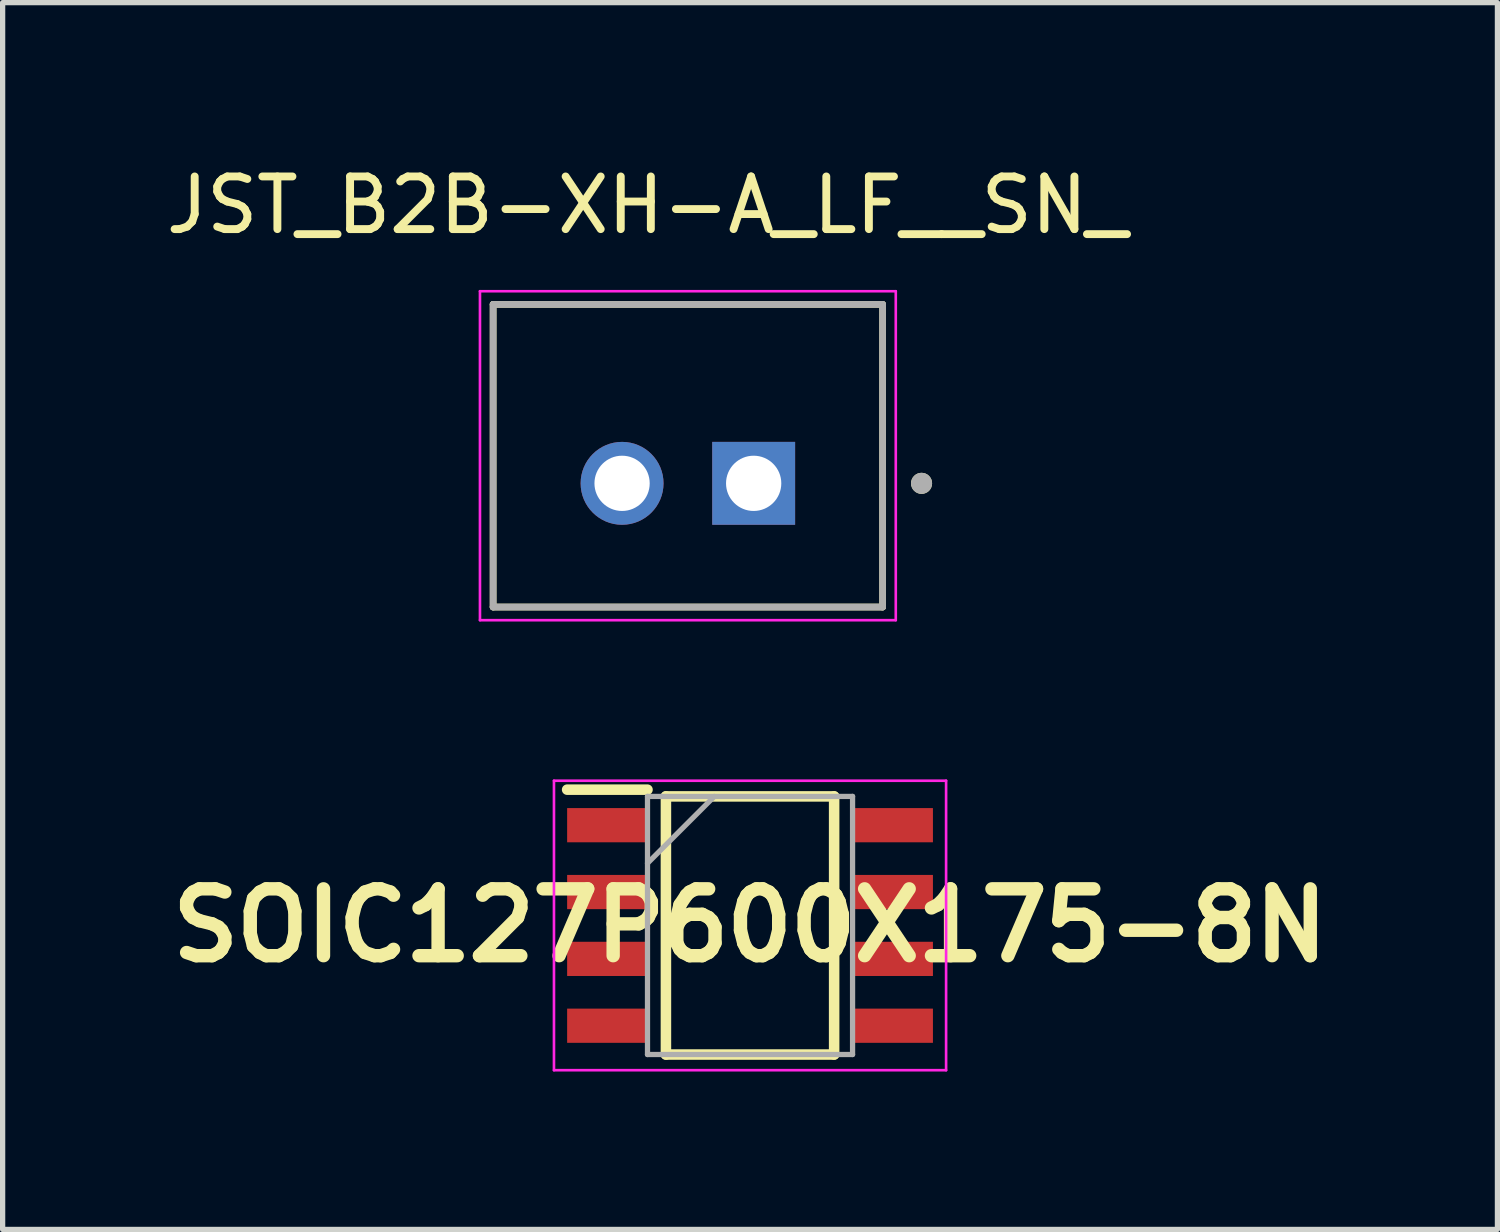
<source format=kicad_pcb>
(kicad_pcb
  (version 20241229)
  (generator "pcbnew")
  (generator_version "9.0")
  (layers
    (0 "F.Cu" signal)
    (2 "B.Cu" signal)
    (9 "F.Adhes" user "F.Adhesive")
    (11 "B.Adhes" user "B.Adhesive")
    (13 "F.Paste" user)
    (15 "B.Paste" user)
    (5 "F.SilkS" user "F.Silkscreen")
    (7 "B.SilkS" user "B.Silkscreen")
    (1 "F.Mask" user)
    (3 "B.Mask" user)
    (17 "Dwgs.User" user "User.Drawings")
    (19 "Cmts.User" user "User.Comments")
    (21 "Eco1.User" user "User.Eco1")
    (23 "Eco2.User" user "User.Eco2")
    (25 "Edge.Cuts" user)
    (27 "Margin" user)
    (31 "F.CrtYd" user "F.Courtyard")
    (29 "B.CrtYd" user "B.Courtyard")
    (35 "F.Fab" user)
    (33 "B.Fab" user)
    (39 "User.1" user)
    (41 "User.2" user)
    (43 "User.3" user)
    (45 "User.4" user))
  (footprint "SOIC127P600X175-8N"
    (layer "F.Cu")
    (at 11.2 14.533)
    (property "Reference" "SOIC127P600X175-8N" (at 0 0 0) (layer "F.SilkS") (effects (font (size 1.27 1.27) (thickness 0.254))))
    (attr smd)
    (fp_line (start -3.475 -2.58) (end -1.948 -2.58) (stroke (width 0.2) (type solid)) (layer "F.SilkS"))
    (fp_line (start -1.598 -2.452) (end 1.598 -2.452) (stroke (width 0.2) (type solid)) (layer "F.SilkS"))
    (fp_line (start -1.598 2.452) (end -1.598 -2.452) (stroke (width 0.2) (type solid)) (layer "F.SilkS"))
    (fp_line (start 1.598 -2.452) (end 1.598 2.452) (stroke (width 0.2) (type solid)) (layer "F.SilkS"))
    (fp_line (start 1.598 2.452) (end -1.598 2.452) (stroke (width 0.2) (type solid)) (layer "F.SilkS"))
    (fp_line (start -3.725 -2.75) (end 3.725 -2.75) (stroke (width 0.05) (type solid)) (layer "F.CrtYd"))
    (fp_line (start -3.725 2.75) (end -3.725 -2.75) (stroke (width 0.05) (type solid)) (layer "F.CrtYd"))
    (fp_line (start 3.725 -2.75) (end 3.725 2.75) (stroke (width 0.05) (type solid)) (layer "F.CrtYd"))
    (fp_line (start 3.725 2.75) (end -3.725 2.75) (stroke (width 0.05) (type solid)) (layer "F.CrtYd"))
    (fp_line (start -1.948 -2.452) (end 1.948 -2.452) (stroke (width 0.1) (type solid)) (layer "F.Fab"))
    (fp_line (start -1.948 -1.182) (end -0.678 -2.452) (stroke (width 0.1) (type solid)) (layer "F.Fab"))
    (fp_line (start -1.948 2.452) (end -1.948 -2.452) (stroke (width 0.1) (type solid)) (layer "F.Fab"))
    (fp_line (start 1.948 -2.452) (end 1.948 2.452) (stroke (width 0.1) (type solid)) (layer "F.Fab"))
    (fp_line (start 1.948 2.452) (end -1.948 2.452) (stroke (width 0.1) (type solid)) (layer "F.Fab"))
    (pad "1" smd rect (at -2.711 -1.905 90) (size 0.65 1.528) (layers "F.Cu" "F.Mask" "F.Paste"))
    (pad "2" smd rect (at -2.711 -0.635 90) (size 0.65 1.528) (layers "F.Cu" "F.Mask" "F.Paste"))
    (pad "3" smd rect (at -2.711 0.635 90) (size 0.65 1.528) (layers "F.Cu" "F.Mask" "F.Paste"))
    (pad "4" smd rect (at -2.711 1.905 90) (size 0.65 1.528) (layers "F.Cu" "F.Mask" "F.Paste"))
    (pad "5" smd rect (at 2.711 1.905 90) (size 0.65 1.528) (layers "F.Cu" "F.Mask" "F.Paste"))
    (pad "6" smd rect (at 2.711 0.635 90) (size 0.65 1.528) (layers "F.Cu" "F.Mask" "F.Paste"))
    (pad "7" smd rect (at 2.711 -0.635 90) (size 0.65 1.528) (layers "F.Cu" "F.Mask" "F.Paste"))
    (pad "8" smd rect (at 2.711 -1.905 90) (size 0.65 1.528) (layers "F.Cu" "F.Mask" "F.Paste")))
  (footprint "JST_B2B-XH-A_LF__SN_"
    (layer "F.Cu")
    (at 10.019 5.608)
    (property "Reference" "JST_B2B-XH-A_LF__SN_" (at -0.775 -4.76 0) (layer "F.SilkS") (effects (font (size 1 1) (thickness 0.15))))
    (attr through_hole)
    (fp_line (start -3.7 -2.875) (end 3.7 -2.875) (stroke (width 0.127) (type solid)) (layer "F.SilkS"))
    (fp_line (start -3.7 2.875) (end -3.7 -2.875) (stroke (width 0.127) (type solid)) (layer "F.SilkS"))
    (fp_line (start 3.7 -2.875) (end 3.7 2.875) (stroke (width 0.127) (type solid)) (layer "F.SilkS"))
    (fp_line (start 3.7 2.875) (end -3.7 2.875) (stroke (width 0.127) (type solid)) (layer "F.SilkS"))
    (fp_circle (center 4.44 0.525) (end 4.54 0.525) (stroke (width 0.2) (type solid)) (fill no) (layer "F.SilkS"))
    (fp_line (start -3.95 -3.125) (end -3.95 3.125) (stroke (width 0.05) (type solid)) (layer "F.CrtYd"))
    (fp_line (start -3.95 3.125) (end 3.95 3.125) (stroke (width 0.05) (type solid)) (layer "F.CrtYd"))
    (fp_line (start 3.95 -3.125) (end -3.95 -3.125) (stroke (width 0.05) (type solid)) (layer "F.CrtYd"))
    (fp_line (start 3.95 3.125) (end 3.95 -3.125) (stroke (width 0.05) (type solid)) (layer "F.CrtYd"))
    (fp_line (start -3.7 -2.875) (end 3.7 -2.875) (stroke (width 0.127) (type solid)) (layer "F.Fab"))
    (fp_line (start -3.7 2.875) (end -3.7 -2.875) (stroke (width 0.127) (type solid)) (layer "F.Fab"))
    (fp_line (start 3.7 -2.875) (end 3.7 2.875) (stroke (width 0.127) (type solid)) (layer "F.Fab"))
    (fp_line (start 3.7 2.875) (end -3.7 2.875) (stroke (width 0.127) (type solid)) (layer "F.Fab"))
    (fp_circle (center 4.44 0.525) (end 4.54 0.525) (stroke (width 0.2) (type solid)) (fill no) (layer "F.Fab"))
    (pad "1" thru_hole rect (at 1.25 0.525) (size 1.575 1.575) (drill 1.05) (layers "*.Cu" "*.Mask"))
    (pad "2" thru_hole circle (at -1.25 0.525) (size 1.575 1.575) (drill 1.05) (layers "*.Cu" "*.Mask")))
  (gr_rect
    (start -3 -3)
    (end 25.4 20.308)
    (stroke (width 0.1) (type default))
    (fill no)
    (layer "Edge.Cuts")))
</source>
